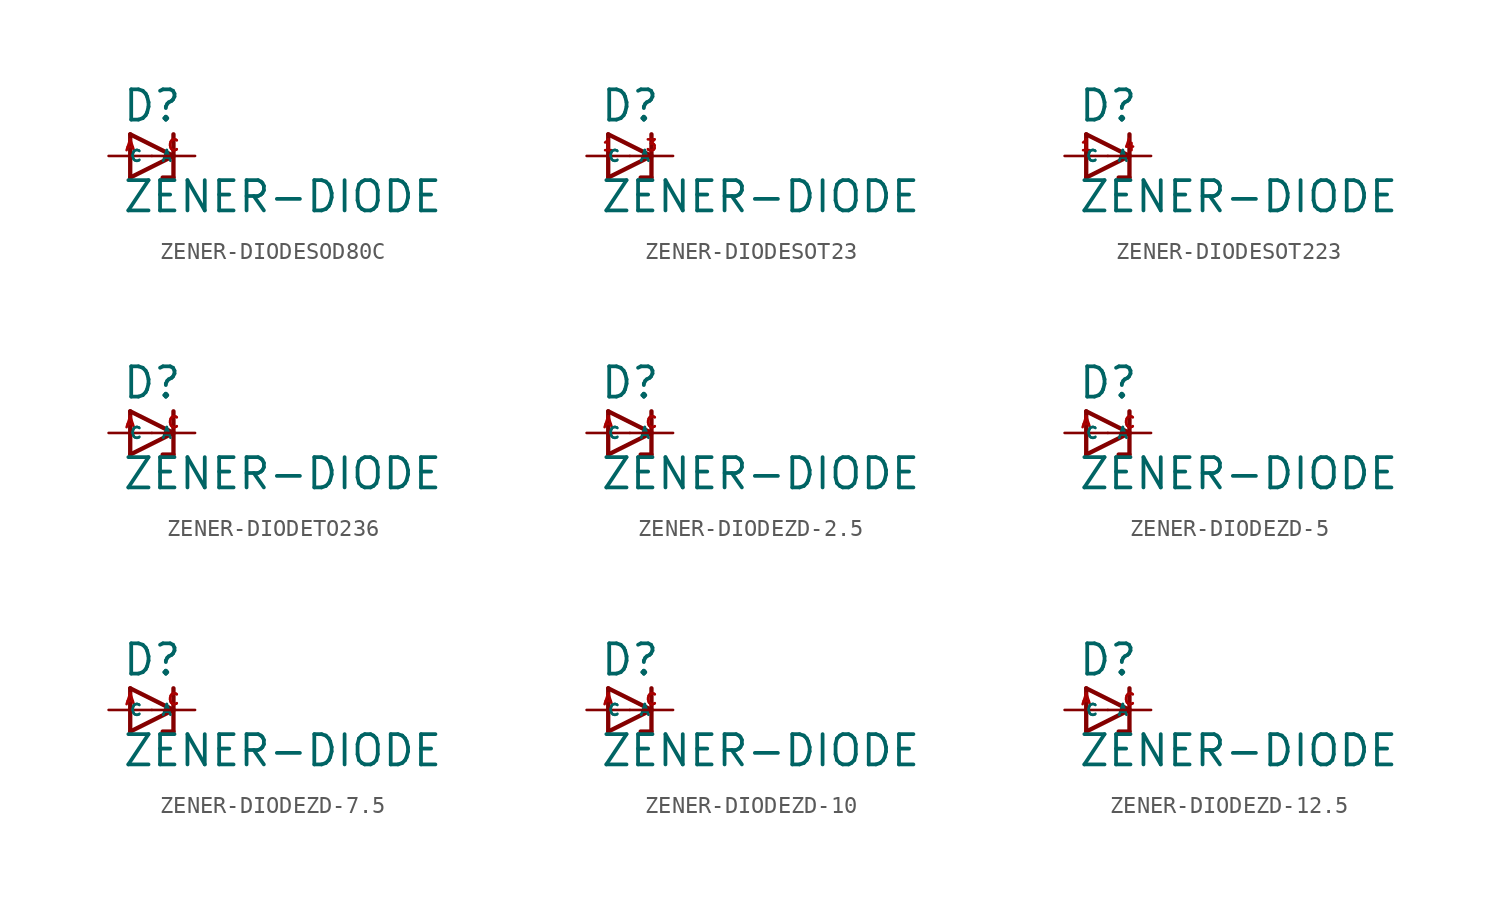
<source format=kicad_sym>
(kicad_symbol_lib
  (version 20220914)
  (generator Eagle2Kicad)
  (symbol "ZENER-DIODESOD80C"
    (property "Reference" "D"
      (at -1.778 1.905 0)
      (effects (font (size 1.778 1.778) (thickness 0.22)) (justify left bottom)))
    (property "Value" "ZENER-DIODE"
      (at -1.778 -3.429 0)
      (effects (font (size 1.778 1.778) (thickness 0.22)) (justify left bottom)))
    (polyline
      (pts (xy -1.27 -1.27) (xy 1.27 0))
      (stroke (width 0.254) (type default))
      (fill (type none)))
    (polyline
      (pts (xy 1.27 0) (xy -1.27 1.27))
      (stroke (width 0.254) (type default))
      (fill (type none)))
    (polyline
      (pts (xy 1.27 1.27) (xy 1.27 0))
      (stroke (width 0.254) (type default))
      (fill (type none)))
    (polyline
      (pts (xy -1.27 1.27) (xy -1.27 -1.27))
      (stroke (width 0.254) (type default))
      (fill (type none)))
    (polyline
      (pts (xy 1.27 0) (xy 1.27 -1.27))
      (stroke (width 0.254) (type default))
      (fill (type none)))
    (polyline
      (pts (xy 1.27 -1.27) (xy 0.635 -1.27))
      (stroke (width 0.254) (type default))
      (fill (type none)))
    (pin passive line
      (at -2.54 0 0)
      (length 2.54)
      (name "A" (effects (font (size 0.635 0.635) (thickness 0.08)) (justify left bottom)))
      (number "A" (effects (font (size 0.635 0.635) (thickness 0.08)) (justify left bottom))))
    (pin passive line
      (at 2.54 0 180)
      (length 2.54)
      (name "C" (effects (font (size 0.635 0.635) (thickness 0.08)) (justify left bottom)))
      (number "C" (effects (font (size 0.635 0.635) (thickness 0.08)) (justify left bottom)))))
  (symbol "ZENER-DIODESOT23"
    (property "Reference" "D"
      (at -1.778 1.905 0)
      (effects (font (size 1.778 1.778) (thickness 0.22)) (justify left bottom)))
    (property "Value" "ZENER-DIODE"
      (at -1.778 -3.429 0)
      (effects (font (size 1.778 1.778) (thickness 0.22)) (justify left bottom)))
    (polyline
      (pts (xy -1.27 -1.27) (xy 1.27 0))
      (stroke (width 0.254) (type default))
      (fill (type none)))
    (polyline
      (pts (xy 1.27 0) (xy -1.27 1.27))
      (stroke (width 0.254) (type default))
      (fill (type none)))
    (polyline
      (pts (xy 1.27 1.27) (xy 1.27 0))
      (stroke (width 0.254) (type default))
      (fill (type none)))
    (polyline
      (pts (xy -1.27 1.27) (xy -1.27 -1.27))
      (stroke (width 0.254) (type default))
      (fill (type none)))
    (polyline
      (pts (xy 1.27 0) (xy 1.27 -1.27))
      (stroke (width 0.254) (type default))
      (fill (type none)))
    (polyline
      (pts (xy 1.27 -1.27) (xy 0.635 -1.27))
      (stroke (width 0.254) (type default))
      (fill (type none)))
    (pin passive line
      (at -2.54 0 0)
      (length 2.54)
      (name "A" (effects (font (size 0.635 0.635) (thickness 0.08)) (justify left bottom)))
      (number "1" (effects (font (size 0.635 0.635) (thickness 0.08)) (justify left bottom))))
    (pin passive line
      (at 2.54 0 180)
      (length 2.54)
      (name "C" (effects (font (size 0.635 0.635) (thickness 0.08)) (justify left bottom)))
      (number "3" (effects (font (size 0.635 0.635) (thickness 0.08)) (justify left bottom)))))
  (symbol "ZENER-DIODESOT223"
    (property "Reference" "D"
      (at -1.778 1.905 0)
      (effects (font (size 1.778 1.778) (thickness 0.22)) (justify left bottom)))
    (property "Value" "ZENER-DIODE"
      (at -1.778 -3.429 0)
      (effects (font (size 1.778 1.778) (thickness 0.22)) (justify left bottom)))
    (polyline
      (pts (xy -1.27 -1.27) (xy 1.27 0))
      (stroke (width 0.254) (type default))
      (fill (type none)))
    (polyline
      (pts (xy 1.27 0) (xy -1.27 1.27))
      (stroke (width 0.254) (type default))
      (fill (type none)))
    (polyline
      (pts (xy 1.27 1.27) (xy 1.27 0))
      (stroke (width 0.254) (type default))
      (fill (type none)))
    (polyline
      (pts (xy -1.27 1.27) (xy -1.27 -1.27))
      (stroke (width 0.254) (type default))
      (fill (type none)))
    (polyline
      (pts (xy 1.27 0) (xy 1.27 -1.27))
      (stroke (width 0.254) (type default))
      (fill (type none)))
    (polyline
      (pts (xy 1.27 -1.27) (xy 0.635 -1.27))
      (stroke (width 0.254) (type default))
      (fill (type none)))
    (pin passive line
      (at -2.54 0 0)
      (length 2.54)
      (name "A" (effects (font (size 0.635 0.635) (thickness 0.08)) (justify left bottom)))
      (number "1" (effects (font (size 0.635 0.635) (thickness 0.08)) (justify left bottom))))
    (pin passive line
      (at 2.54 0 180)
      (length 2.54)
      (name "C" (effects (font (size 0.635 0.635) (thickness 0.08)) (justify left bottom)))
      (number "4" (effects (font (size 0.635 0.635) (thickness 0.08)) (justify left bottom)))))
  (symbol "ZENER-DIODETO236"
    (property "Reference" "D"
      (at -1.778 1.905 0)
      (effects (font (size 1.778 1.778) (thickness 0.22)) (justify left bottom)))
    (property "Value" "ZENER-DIODE"
      (at -1.778 -3.429 0)
      (effects (font (size 1.778 1.778) (thickness 0.22)) (justify left bottom)))
    (polyline
      (pts (xy -1.27 -1.27) (xy 1.27 0))
      (stroke (width 0.254) (type default))
      (fill (type none)))
    (polyline
      (pts (xy 1.27 0) (xy -1.27 1.27))
      (stroke (width 0.254) (type default))
      (fill (type none)))
    (polyline
      (pts (xy 1.27 1.27) (xy 1.27 0))
      (stroke (width 0.254) (type default))
      (fill (type none)))
    (polyline
      (pts (xy -1.27 1.27) (xy -1.27 -1.27))
      (stroke (width 0.254) (type default))
      (fill (type none)))
    (polyline
      (pts (xy 1.27 0) (xy 1.27 -1.27))
      (stroke (width 0.254) (type default))
      (fill (type none)))
    (polyline
      (pts (xy 1.27 -1.27) (xy 0.635 -1.27))
      (stroke (width 0.254) (type default))
      (fill (type none)))
    (pin passive line
      (at -2.54 0 0)
      (length 2.54)
      (name "A" (effects (font (size 0.635 0.635) (thickness 0.08)) (justify left bottom)))
      (number "A" (effects (font (size 0.635 0.635) (thickness 0.08)) (justify left bottom))))
    (pin passive line
      (at 2.54 0 180)
      (length 2.54)
      (name "C" (effects (font (size 0.635 0.635) (thickness 0.08)) (justify left bottom)))
      (number "C" (effects (font (size 0.635 0.635) (thickness 0.08)) (justify left bottom)))))
  (symbol "ZENER-DIODEZD-2.5"
    (property "Reference" "D"
      (at -1.778 1.905 0)
      (effects (font (size 1.778 1.778) (thickness 0.22)) (justify left bottom)))
    (property "Value" "ZENER-DIODE"
      (at -1.778 -3.429 0)
      (effects (font (size 1.778 1.778) (thickness 0.22)) (justify left bottom)))
    (polyline
      (pts (xy -1.27 -1.27) (xy 1.27 0))
      (stroke (width 0.254) (type default))
      (fill (type none)))
    (polyline
      (pts (xy 1.27 0) (xy -1.27 1.27))
      (stroke (width 0.254) (type default))
      (fill (type none)))
    (polyline
      (pts (xy 1.27 1.27) (xy 1.27 0))
      (stroke (width 0.254) (type default))
      (fill (type none)))
    (polyline
      (pts (xy -1.27 1.27) (xy -1.27 -1.27))
      (stroke (width 0.254) (type default))
      (fill (type none)))
    (polyline
      (pts (xy 1.27 0) (xy 1.27 -1.27))
      (stroke (width 0.254) (type default))
      (fill (type none)))
    (polyline
      (pts (xy 1.27 -1.27) (xy 0.635 -1.27))
      (stroke (width 0.254) (type default))
      (fill (type none)))
    (pin passive line
      (at -2.54 0 0)
      (length 2.54)
      (name "A" (effects (font (size 0.635 0.635) (thickness 0.08)) (justify left bottom)))
      (number "A" (effects (font (size 0.635 0.635) (thickness 0.08)) (justify left bottom))))
    (pin passive line
      (at 2.54 0 180)
      (length 2.54)
      (name "C" (effects (font (size 0.635 0.635) (thickness 0.08)) (justify left bottom)))
      (number "C" (effects (font (size 0.635 0.635) (thickness 0.08)) (justify left bottom)))))
  (symbol "ZENER-DIODEZD-5"
    (property "Reference" "D"
      (at -1.778 1.905 0)
      (effects (font (size 1.778 1.778) (thickness 0.22)) (justify left bottom)))
    (property "Value" "ZENER-DIODE"
      (at -1.778 -3.429 0)
      (effects (font (size 1.778 1.778) (thickness 0.22)) (justify left bottom)))
    (polyline
      (pts (xy -1.27 -1.27) (xy 1.27 0))
      (stroke (width 0.254) (type default))
      (fill (type none)))
    (polyline
      (pts (xy 1.27 0) (xy -1.27 1.27))
      (stroke (width 0.254) (type default))
      (fill (type none)))
    (polyline
      (pts (xy 1.27 1.27) (xy 1.27 0))
      (stroke (width 0.254) (type default))
      (fill (type none)))
    (polyline
      (pts (xy -1.27 1.27) (xy -1.27 -1.27))
      (stroke (width 0.254) (type default))
      (fill (type none)))
    (polyline
      (pts (xy 1.27 0) (xy 1.27 -1.27))
      (stroke (width 0.254) (type default))
      (fill (type none)))
    (polyline
      (pts (xy 1.27 -1.27) (xy 0.635 -1.27))
      (stroke (width 0.254) (type default))
      (fill (type none)))
    (pin passive line
      (at -2.54 0 0)
      (length 2.54)
      (name "A" (effects (font (size 0.635 0.635) (thickness 0.08)) (justify left bottom)))
      (number "A" (effects (font (size 0.635 0.635) (thickness 0.08)) (justify left bottom))))
    (pin passive line
      (at 2.54 0 180)
      (length 2.54)
      (name "C" (effects (font (size 0.635 0.635) (thickness 0.08)) (justify left bottom)))
      (number "C" (effects (font (size 0.635 0.635) (thickness 0.08)) (justify left bottom)))))
  (symbol "ZENER-DIODEZD-7.5"
    (property "Reference" "D"
      (at -1.778 1.905 0)
      (effects (font (size 1.778 1.778) (thickness 0.22)) (justify left bottom)))
    (property "Value" "ZENER-DIODE"
      (at -1.778 -3.429 0)
      (effects (font (size 1.778 1.778) (thickness 0.22)) (justify left bottom)))
    (polyline
      (pts (xy -1.27 -1.27) (xy 1.27 0))
      (stroke (width 0.254) (type default))
      (fill (type none)))
    (polyline
      (pts (xy 1.27 0) (xy -1.27 1.27))
      (stroke (width 0.254) (type default))
      (fill (type none)))
    (polyline
      (pts (xy 1.27 1.27) (xy 1.27 0))
      (stroke (width 0.254) (type default))
      (fill (type none)))
    (polyline
      (pts (xy -1.27 1.27) (xy -1.27 -1.27))
      (stroke (width 0.254) (type default))
      (fill (type none)))
    (polyline
      (pts (xy 1.27 0) (xy 1.27 -1.27))
      (stroke (width 0.254) (type default))
      (fill (type none)))
    (polyline
      (pts (xy 1.27 -1.27) (xy 0.635 -1.27))
      (stroke (width 0.254) (type default))
      (fill (type none)))
    (pin passive line
      (at -2.54 0 0)
      (length 2.54)
      (name "A" (effects (font (size 0.635 0.635) (thickness 0.08)) (justify left bottom)))
      (number "A" (effects (font (size 0.635 0.635) (thickness 0.08)) (justify left bottom))))
    (pin passive line
      (at 2.54 0 180)
      (length 2.54)
      (name "C" (effects (font (size 0.635 0.635) (thickness 0.08)) (justify left bottom)))
      (number "C" (effects (font (size 0.635 0.635) (thickness 0.08)) (justify left bottom)))))
  (symbol "ZENER-DIODEZD-10"
    (property "Reference" "D"
      (at -1.778 1.905 0)
      (effects (font (size 1.778 1.778) (thickness 0.22)) (justify left bottom)))
    (property "Value" "ZENER-DIODE"
      (at -1.778 -3.429 0)
      (effects (font (size 1.778 1.778) (thickness 0.22)) (justify left bottom)))
    (polyline
      (pts (xy -1.27 -1.27) (xy 1.27 0))
      (stroke (width 0.254) (type default))
      (fill (type none)))
    (polyline
      (pts (xy 1.27 0) (xy -1.27 1.27))
      (stroke (width 0.254) (type default))
      (fill (type none)))
    (polyline
      (pts (xy 1.27 1.27) (xy 1.27 0))
      (stroke (width 0.254) (type default))
      (fill (type none)))
    (polyline
      (pts (xy -1.27 1.27) (xy -1.27 -1.27))
      (stroke (width 0.254) (type default))
      (fill (type none)))
    (polyline
      (pts (xy 1.27 0) (xy 1.27 -1.27))
      (stroke (width 0.254) (type default))
      (fill (type none)))
    (polyline
      (pts (xy 1.27 -1.27) (xy 0.635 -1.27))
      (stroke (width 0.254) (type default))
      (fill (type none)))
    (pin passive line
      (at -2.54 0 0)
      (length 2.54)
      (name "A" (effects (font (size 0.635 0.635) (thickness 0.08)) (justify left bottom)))
      (number "A" (effects (font (size 0.635 0.635) (thickness 0.08)) (justify left bottom))))
    (pin passive line
      (at 2.54 0 180)
      (length 2.54)
      (name "C" (effects (font (size 0.635 0.635) (thickness 0.08)) (justify left bottom)))
      (number "C" (effects (font (size 0.635 0.635) (thickness 0.08)) (justify left bottom)))))
  (symbol "ZENER-DIODEZD-12.5"
    (property "Reference" "D"
      (at -1.778 1.905 0)
      (effects (font (size 1.778 1.778) (thickness 0.22)) (justify left bottom)))
    (property "Value" "ZENER-DIODE"
      (at -1.778 -3.429 0)
      (effects (font (size 1.778 1.778) (thickness 0.22)) (justify left bottom)))
    (polyline
      (pts (xy -1.27 -1.27) (xy 1.27 0))
      (stroke (width 0.254) (type default))
      (fill (type none)))
    (polyline
      (pts (xy 1.27 0) (xy -1.27 1.27))
      (stroke (width 0.254) (type default))
      (fill (type none)))
    (polyline
      (pts (xy 1.27 1.27) (xy 1.27 0))
      (stroke (width 0.254) (type default))
      (fill (type none)))
    (polyline
      (pts (xy -1.27 1.27) (xy -1.27 -1.27))
      (stroke (width 0.254) (type default))
      (fill (type none)))
    (polyline
      (pts (xy 1.27 0) (xy 1.27 -1.27))
      (stroke (width 0.254) (type default))
      (fill (type none)))
    (polyline
      (pts (xy 1.27 -1.27) (xy 0.635 -1.27))
      (stroke (width 0.254) (type default))
      (fill (type none)))
    (pin passive line
      (at -2.54 0 0)
      (length 2.54)
      (name "A" (effects (font (size 0.635 0.635) (thickness 0.08)) (justify left bottom)))
      (number "A" (effects (font (size 0.635 0.635) (thickness 0.08)) (justify left bottom))))
    (pin passive line
      (at 2.54 0 180)
      (length 2.54)
      (name "C" (effects (font (size 0.635 0.635) (thickness 0.08)) (justify left bottom)))
      (number "C" (effects (font (size 0.635 0.635) (thickness 0.08)) (justify left bottom))))))
</source>
